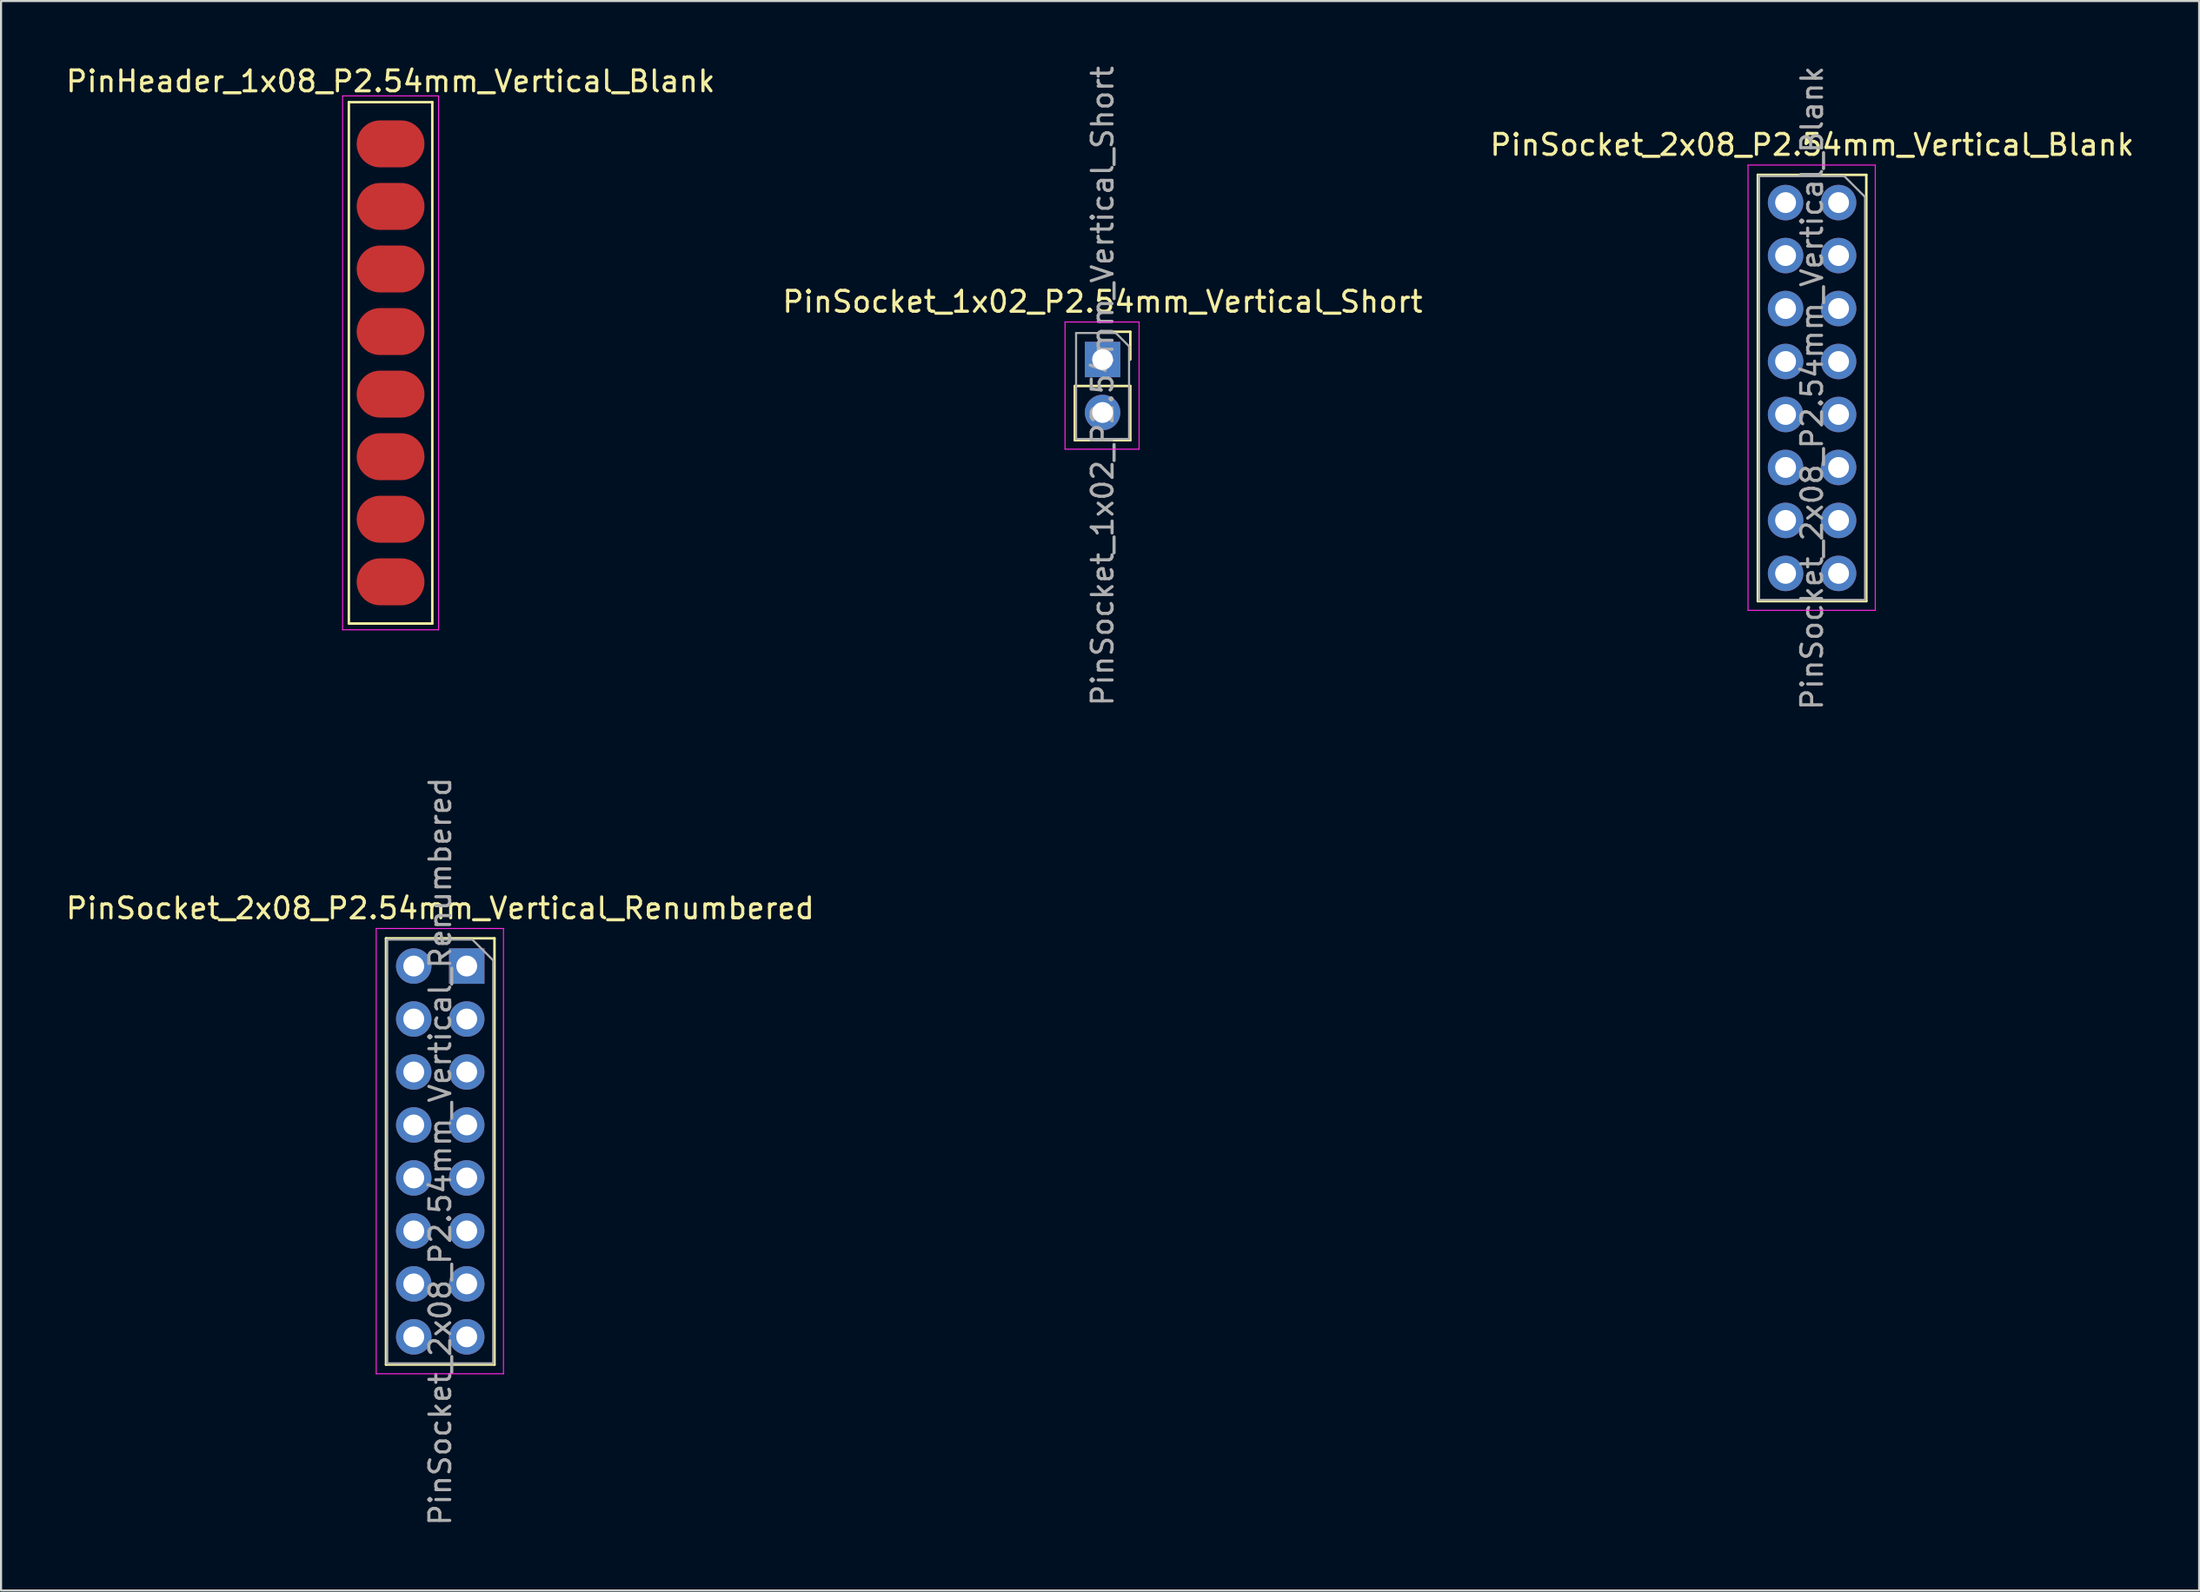
<source format=kicad_pcb>
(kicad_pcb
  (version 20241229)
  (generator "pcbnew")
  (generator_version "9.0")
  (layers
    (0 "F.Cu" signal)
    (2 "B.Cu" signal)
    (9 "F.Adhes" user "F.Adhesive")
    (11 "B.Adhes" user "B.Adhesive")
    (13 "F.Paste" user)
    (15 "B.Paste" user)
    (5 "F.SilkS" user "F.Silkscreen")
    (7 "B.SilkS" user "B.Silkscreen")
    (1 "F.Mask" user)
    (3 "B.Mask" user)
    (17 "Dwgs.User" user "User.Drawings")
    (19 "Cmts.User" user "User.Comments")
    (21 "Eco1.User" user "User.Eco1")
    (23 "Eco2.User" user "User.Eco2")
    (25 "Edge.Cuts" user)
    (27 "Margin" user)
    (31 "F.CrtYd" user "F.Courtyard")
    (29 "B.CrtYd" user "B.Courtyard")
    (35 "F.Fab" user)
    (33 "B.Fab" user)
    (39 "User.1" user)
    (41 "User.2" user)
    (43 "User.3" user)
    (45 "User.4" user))
  (footprint "PinSocket_1x02_P2.54mm_Vertical_Short"
    (layer "F.Cu")
    (at 49.804 14.188)
    (property "Reference" "PinSocket_1x02_P2.54mm_Vertical_Short" (at 0 -2.77 0) (layer "F.SilkS") (effects (font (size 1 1) (thickness 0.15))))
    (attr through_hole)
    (fp_line (start -1.33 1.27) (end -1.33 3.87) (stroke (width 0.12) (type solid)) (layer "F.SilkS"))
    (fp_line (start -1.33 1.27) (end 1.33 1.27) (stroke (width 0.12) (type solid)) (layer "F.SilkS"))
    (fp_line (start -1.33 3.87) (end 1.33 3.87) (stroke (width 0.12) (type solid)) (layer "F.SilkS"))
    (fp_line (start 0 -1.33) (end 1.33 -1.33) (stroke (width 0.12) (type solid)) (layer "F.SilkS"))
    (fp_line (start 1.33 -1.33) (end 1.33 0) (stroke (width 0.12) (type solid)) (layer "F.SilkS"))
    (fp_line (start 1.33 1.27) (end 1.33 3.87) (stroke (width 0.12) (type solid)) (layer "F.SilkS"))
    (fp_line (start -1.8 -1.8) (end 1.75 -1.8) (stroke (width 0.05) (type solid)) (layer "F.CrtYd"))
    (fp_line (start -1.8 4.3) (end -1.8 -1.8) (stroke (width 0.05) (type solid)) (layer "F.CrtYd"))
    (fp_line (start 1.75 -1.8) (end 1.75 4.3) (stroke (width 0.05) (type solid)) (layer "F.CrtYd"))
    (fp_line (start 1.75 4.3) (end -1.8 4.3) (stroke (width 0.05) (type solid)) (layer "F.CrtYd"))
    (fp_line (start -1.27 -1.27) (end 0.635 -1.27) (stroke (width 0.1) (type solid)) (layer "F.Fab"))
    (fp_line (start -1.27 3.81) (end -1.27 -1.27) (stroke (width 0.1) (type solid)) (layer "F.Fab"))
    (fp_line (start 0.635 -1.27) (end 1.27 -0.635) (stroke (width 0.1) (type solid)) (layer "F.Fab"))
    (fp_line (start 1.27 -0.635) (end 1.27 3.81) (stroke (width 0.1) (type solid)) (layer "F.Fab"))
    (fp_line (start 1.27 3.81) (end -1.27 3.81) (stroke (width 0.1) (type solid)) (layer "F.Fab"))
    (fp_text user "${REFERENCE}" (at 0 1.27 90) (layer "F.Fab") (effects (font (size 1 1) (thickness 0.15))))
    (pad "1" thru_hole rect (at 0 0) (size 1.7 1.7) (drill 1) (layers "*.Cu" "*.Mask"))
    (pad "2" thru_hole oval (at 0 2.54) (size 1.7 1.7) (drill 1) (layers "*.Cu" "*.Mask")))
  (footprint "PinSocket_2x08_P2.54mm_Vertical_Renumbered"
    (layer "F.Cu")
    (at 19.324 43.271)
    (property "Reference" "PinSocket_2x08_P2.54mm_Vertical_Renumbered" (at -1.27 -2.77 0) (layer "F.SilkS") (effects (font (size 1 1) (thickness 0.15))))
    (attr through_hole)
    (fp_line (start -3.87 -1.33) (end -3.87 19.11) (stroke (width 0.12) (type solid)) (layer "F.SilkS"))
    (fp_line (start -3.87 -1.33) (end 1.33 -1.33) (stroke (width 0.12) (type solid)) (layer "F.SilkS"))
    (fp_line (start -3.87 19.11) (end 1.33 19.11) (stroke (width 0.12) (type solid)) (layer "F.SilkS"))
    (fp_line (start 1.33 -1.33) (end 1.33 19.11) (stroke (width 0.12) (type solid)) (layer "F.SilkS"))
    (fp_line (start -4.34 -1.8) (end 1.76 -1.8) (stroke (width 0.05) (type solid)) (layer "F.CrtYd"))
    (fp_line (start -4.34 19.55) (end -4.34 -1.8) (stroke (width 0.05) (type solid)) (layer "F.CrtYd"))
    (fp_line (start 1.76 -1.8) (end 1.76 19.55) (stroke (width 0.05) (type solid)) (layer "F.CrtYd"))
    (fp_line (start 1.76 19.55) (end -4.34 19.55) (stroke (width 0.05) (type solid)) (layer "F.CrtYd"))
    (fp_line (start -3.81 -1.27) (end 0.27 -1.27) (stroke (width 0.1) (type solid)) (layer "F.Fab"))
    (fp_line (start -3.81 19.05) (end -3.81 -1.27) (stroke (width 0.1) (type solid)) (layer "F.Fab"))
    (fp_line (start 0.27 -1.27) (end 1.27 -0.27) (stroke (width 0.1) (type solid)) (layer "F.Fab"))
    (fp_line (start 1.27 -0.27) (end 1.27 19.05) (stroke (width 0.1) (type solid)) (layer "F.Fab"))
    (fp_line (start 1.27 19.05) (end -3.81 19.05) (stroke (width 0.1) (type solid)) (layer "F.Fab"))
    (fp_text user "${REFERENCE}" (at -1.27 8.89 90) (layer "F.Fab") (effects (font (size 1 1) (thickness 0.15))))
    (pad "1" thru_hole rect (at 0 0) (size 1.7 1.7) (drill 1) (layers "*.Cu" "*.Mask"))
    (pad "2" thru_hole oval (at 0 2.54) (size 1.7 1.7) (drill 1) (layers "*.Cu" "*.Mask"))
    (pad "3" thru_hole oval (at 0 5.08) (size 1.7 1.7) (drill 1) (layers "*.Cu" "*.Mask"))
    (pad "4" thru_hole oval (at 0 7.62) (size 1.7 1.7) (drill 1) (layers "*.Cu" "*.Mask"))
    (pad "5" thru_hole oval (at 0 10.16) (size 1.7 1.7) (drill 1) (layers "*.Cu" "*.Mask"))
    (pad "6" thru_hole oval (at 0 12.7) (size 1.7 1.7) (drill 1) (layers "*.Cu" "*.Mask"))
    (pad "7" thru_hole oval (at 0 15.24) (size 1.7 1.7) (drill 1) (layers "*.Cu" "*.Mask"))
    (pad "8" thru_hole oval (at 0 17.78) (size 1.7 1.7) (drill 1) (layers "*.Cu" "*.Mask"))
    (pad "9" thru_hole oval (at -2.54 0) (size 1.7 1.7) (drill 1) (layers "*.Cu" "*.Mask"))
    (pad "10" thru_hole oval (at -2.54 2.54) (size 1.7 1.7) (drill 1) (layers "*.Cu" "*.Mask"))
    (pad "11" thru_hole oval (at -2.54 5.08) (size 1.7 1.7) (drill 1) (layers "*.Cu" "*.Mask"))
    (pad "12" thru_hole oval (at -2.54 7.62) (size 1.7 1.7) (drill 1) (layers "*.Cu" "*.Mask"))
    (pad "13" thru_hole oval (at -2.54 10.16) (size 1.7 1.7) (drill 1) (layers "*.Cu" "*.Mask"))
    (pad "14" thru_hole oval (at -2.54 12.7) (size 1.7 1.7) (drill 1) (layers "*.Cu" "*.Mask"))
    (pad "15" thru_hole oval (at -2.54 15.24) (size 1.7 1.7) (drill 1) (layers "*.Cu" "*.Mask"))
    (pad "16" thru_hole oval (at -2.54 17.78) (size 1.7 1.7) (drill 1) (layers "*.Cu" "*.Mask")))
  (footprint "PinSocket_2x08_P2.54mm_Vertical_Blank"
    (layer "F.Cu")
    (at 85.085 6.664)
    (property "Reference" "PinSocket_2x08_P2.54mm_Vertical_Blank" (at -1.27 -2.77 0) (layer "F.SilkS") (effects (font (size 1 1) (thickness 0.15))))
    (attr through_hole)
    (fp_line (start -3.87 -1.33) (end -3.87 19.11) (stroke (width 0.12) (type solid)) (layer "F.SilkS"))
    (fp_line (start -3.87 -1.33) (end 1.33 -1.33) (stroke (width 0.12) (type solid)) (layer "F.SilkS"))
    (fp_line (start -3.87 19.11) (end 1.33 19.11) (stroke (width 0.12) (type solid)) (layer "F.SilkS"))
    (fp_line (start 1.33 -1.33) (end 1.33 19.11) (stroke (width 0.12) (type solid)) (layer "F.SilkS"))
    (fp_line (start -4.34 -1.8) (end 1.76 -1.8) (stroke (width 0.05) (type solid)) (layer "F.CrtYd"))
    (fp_line (start -4.34 19.55) (end -4.34 -1.8) (stroke (width 0.05) (type solid)) (layer "F.CrtYd"))
    (fp_line (start 1.76 -1.8) (end 1.76 19.55) (stroke (width 0.05) (type solid)) (layer "F.CrtYd"))
    (fp_line (start 1.76 19.55) (end -4.34 19.55) (stroke (width 0.05) (type solid)) (layer "F.CrtYd"))
    (fp_line (start -3.81 -1.27) (end 0.27 -1.27) (stroke (width 0.1) (type solid)) (layer "F.Fab"))
    (fp_line (start -3.81 19.05) (end -3.81 -1.27) (stroke (width 0.1) (type solid)) (layer "F.Fab"))
    (fp_line (start 0.27 -1.27) (end 1.27 -0.27) (stroke (width 0.1) (type solid)) (layer "F.Fab"))
    (fp_line (start 1.27 -0.27) (end 1.27 19.05) (stroke (width 0.1) (type solid)) (layer "F.Fab"))
    (fp_line (start 1.27 19.05) (end -3.81 19.05) (stroke (width 0.1) (type solid)) (layer "F.Fab"))
    (fp_text user "${REFERENCE}" (at -1.27 8.89 90) (layer "F.Fab") (effects (font (size 1 1) (thickness 0.15))))
    (pad "1" thru_hole oval (at 0 0) (size 1.7 1.7) (drill 1) (layers "*.Cu" "*.Mask"))
    (pad "2" thru_hole oval (at -2.54 0) (size 1.7 1.7) (drill 1) (layers "*.Cu" "*.Mask"))
    (pad "3" thru_hole oval (at 0 2.54) (size 1.7 1.7) (drill 1) (layers "*.Cu" "*.Mask"))
    (pad "4" thru_hole oval (at -2.54 2.54) (size 1.7 1.7) (drill 1) (layers "*.Cu" "*.Mask"))
    (pad "5" thru_hole oval (at 0 5.08) (size 1.7 1.7) (drill 1) (layers "*.Cu" "*.Mask"))
    (pad "6" thru_hole oval (at -2.54 5.08) (size 1.7 1.7) (drill 1) (layers "*.Cu" "*.Mask"))
    (pad "7" thru_hole oval (at 0 7.62) (size 1.7 1.7) (drill 1) (layers "*.Cu" "*.Mask"))
    (pad "8" thru_hole oval (at -2.54 7.62) (size 1.7 1.7) (drill 1) (layers "*.Cu" "*.Mask"))
    (pad "9" thru_hole oval (at 0 10.16) (size 1.7 1.7) (drill 1) (layers "*.Cu" "*.Mask"))
    (pad "10" thru_hole oval (at -2.54 10.16) (size 1.7 1.7) (drill 1) (layers "*.Cu" "*.Mask"))
    (pad "11" thru_hole oval (at 0 12.7) (size 1.7 1.7) (drill 1) (layers "*.Cu" "*.Mask"))
    (pad "12" thru_hole oval (at -2.54 12.7) (size 1.7 1.7) (drill 1) (layers "*.Cu" "*.Mask"))
    (pad "13" thru_hole oval (at 0 15.24) (size 1.7 1.7) (drill 1) (layers "*.Cu" "*.Mask"))
    (pad "14" thru_hole oval (at -2.54 15.24) (size 1.7 1.7) (drill 1) (layers "*.Cu" "*.Mask"))
    (pad "15" thru_hole oval (at 0 17.78) (size 1.7 1.7) (drill 1) (layers "*.Cu" "*.Mask"))
    (pad "16" thru_hole oval (at -2.54 17.78) (size 1.7 1.7) (drill 1) (layers "*.Cu" "*.Mask")))
  (footprint "PinHeader_1x08_P2.54mm_Vertical_Blank"
    (layer "F.Cu")
    (at 15.673 3.848)
    (property "Reference" "PinHeader_1x08_P2.54mm_Vertical_Blank" (at 0 -3 0) (layer "F.SilkS") (effects (font (size 1 1) (thickness 0.15))))
    (attr through_hole)
    (fp_line (start -2 -2) (end -2 23) (stroke (width 0.12) (type solid)) (layer "F.SilkS"))
    (fp_line (start -2 -2) (end 2 -2) (stroke (width 0.12) (type solid)) (layer "F.SilkS"))
    (fp_line (start -2 23) (end 2 23) (stroke (width 0.12) (type solid)) (layer "F.SilkS"))
    (fp_line (start 2 -2) (end 2 23) (stroke (width 0.12) (type solid)) (layer "F.SilkS"))
    (fp_line (start -2.3 -2.3) (end -2.3 23.3) (stroke (width 0.05) (type solid)) (layer "F.CrtYd"))
    (fp_line (start -2.3 23.3) (end 2.3 23.3) (stroke (width 0.05) (type solid)) (layer "F.CrtYd"))
    (fp_line (start 2.3 -2.3) (end -2.3 -2.3) (stroke (width 0.05) (type solid)) (layer "F.CrtYd"))
    (fp_line (start 2.3 23.3) (end 2.3 -2.3) (stroke (width 0.05) (type solid)) (layer "F.CrtYd"))
    (pad "1" smd oval (at 0 0) (size 3.25 2.25) (layers "F.Cu" "F.Mask" "F.Paste"))
    (pad "2" smd oval (at 0 3) (size 3.25 2.25) (layers "F.Cu" "F.Mask" "F.Paste"))
    (pad "3" smd oval (at 0 6) (size 3.25 2.25) (layers "F.Cu" "F.Mask" "F.Paste"))
    (pad "4" smd oval (at 0 9) (size 3.25 2.25) (layers "F.Cu" "F.Mask" "F.Paste"))
    (pad "5" smd oval (at 0 12) (size 3.25 2.25) (layers "F.Cu" "F.Mask" "F.Paste"))
    (pad "6" smd oval (at 0 15) (size 3.25 2.25) (layers "F.Cu" "F.Mask" "F.Paste"))
    (pad "7" smd oval (at 0 18) (size 3.25 2.25) (layers "F.Cu" "F.Mask" "F.Paste"))
    (pad "8" smd oval (at 0 21) (size 3.25 2.25) (layers "F.Cu" "F.Mask" "F.Paste")))
  (gr_rect
    (start -3 -3)
    (end 102.369 73.214)
    (stroke (width 0.1) (type default))
    (fill no)
    (layer "Edge.Cuts")))
</source>
